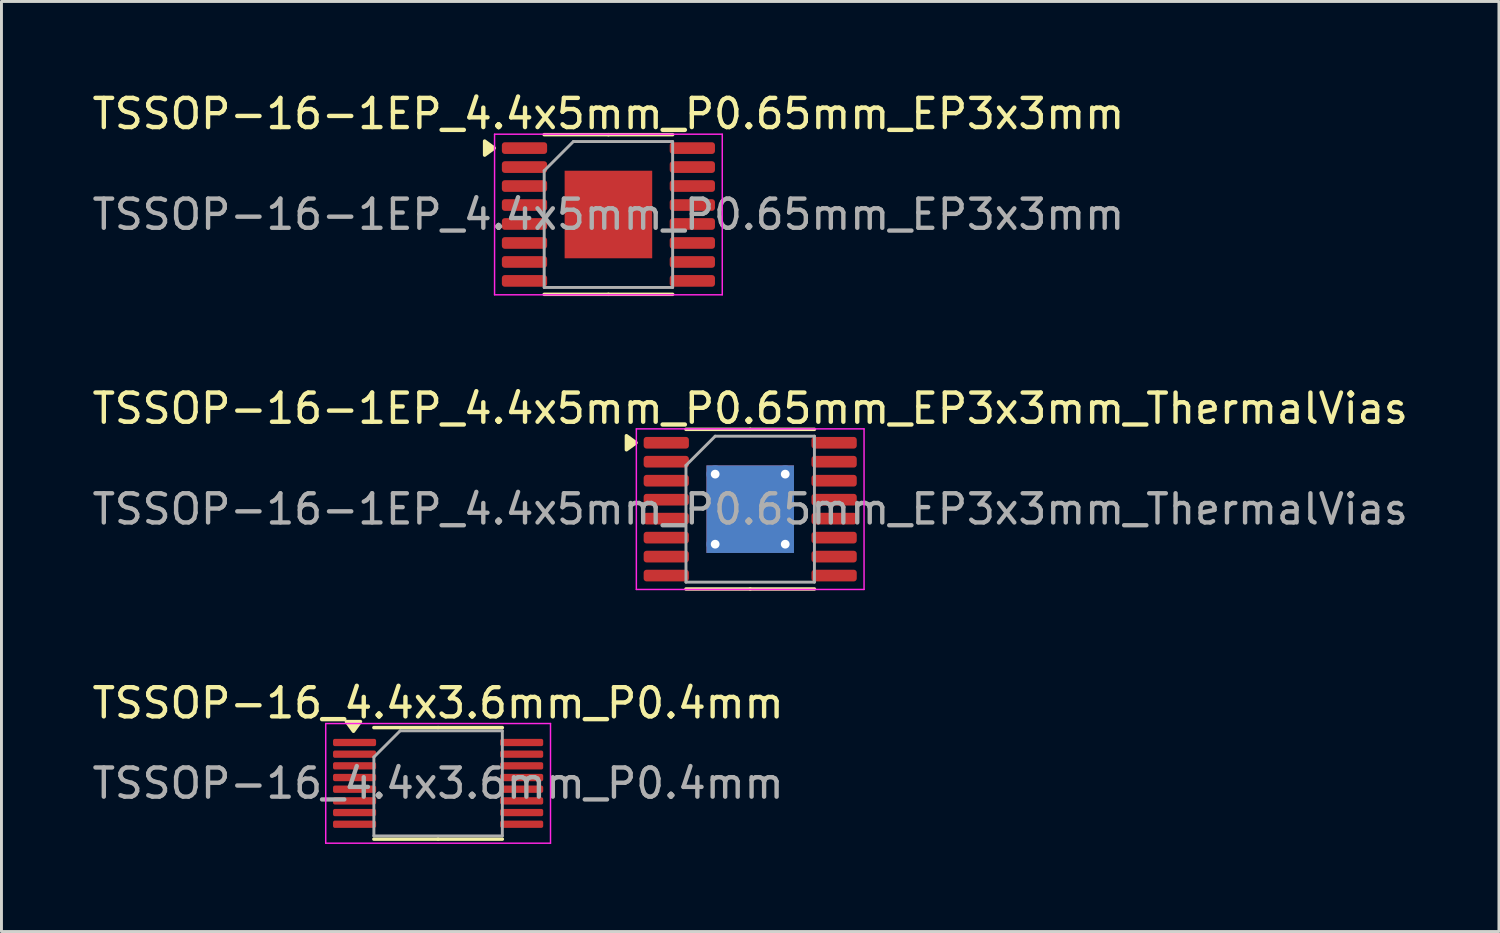
<source format=kicad_pcb>
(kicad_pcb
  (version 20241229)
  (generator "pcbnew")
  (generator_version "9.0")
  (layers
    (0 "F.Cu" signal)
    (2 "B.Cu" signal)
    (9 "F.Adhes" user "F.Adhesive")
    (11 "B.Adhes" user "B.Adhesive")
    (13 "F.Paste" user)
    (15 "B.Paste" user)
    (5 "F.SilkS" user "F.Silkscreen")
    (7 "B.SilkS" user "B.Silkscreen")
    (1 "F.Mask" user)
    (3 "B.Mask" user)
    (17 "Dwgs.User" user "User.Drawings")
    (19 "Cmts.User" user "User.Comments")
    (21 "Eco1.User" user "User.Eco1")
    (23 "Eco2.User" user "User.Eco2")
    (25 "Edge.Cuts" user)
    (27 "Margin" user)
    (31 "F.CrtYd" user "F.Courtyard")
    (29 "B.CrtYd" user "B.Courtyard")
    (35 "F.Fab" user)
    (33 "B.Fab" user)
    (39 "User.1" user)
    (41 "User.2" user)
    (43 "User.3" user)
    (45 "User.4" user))
  (footprint "TSSOP-16-1EP_4.4x5mm_P0.65mm_EP3x3mm_ThermalVias"
    (layer "F.Cu")
    (at 22.649 14.392)
    (property "Reference" "TSSOP-16-1EP_4.4x5mm_P0.65mm_EP3x3mm_ThermalVias" (at 0 -3.45 0) (layer "F.SilkS") (effects (font (size 1 1) (thickness 0.15))))
    (attr smd)
    (fp_line (start 0 -2.735) (end -2.2 -2.735) (stroke (width 0.12) (type solid)) (layer "F.SilkS"))
    (fp_line (start 0 -2.735) (end 2.2 -2.735) (stroke (width 0.12) (type solid)) (layer "F.SilkS"))
    (fp_line (start 0 2.735) (end -2.2 2.735) (stroke (width 0.12) (type solid)) (layer "F.SilkS"))
    (fp_line (start 0 2.735) (end 2.2 2.735) (stroke (width 0.12) (type solid)) (layer "F.SilkS"))
    (fp_poly (pts (xy -3.91 -2.275) (xy -4.24 -2.515) (xy -4.24 -2.035) (xy -3.91 -2.275)) (stroke (width 0.12) (type solid)) (fill yes) (layer "F.SilkS"))
    (fp_line (start -3.9 -2.75) (end -3.9 2.75) (stroke (width 0.05) (type solid)) (layer "F.CrtYd"))
    (fp_line (start -3.9 2.75) (end 3.9 2.75) (stroke (width 0.05) (type solid)) (layer "F.CrtYd"))
    (fp_line (start 3.9 -2.75) (end -3.9 -2.75) (stroke (width 0.05) (type solid)) (layer "F.CrtYd"))
    (fp_line (start 3.9 2.75) (end 3.9 -2.75) (stroke (width 0.05) (type solid)) (layer "F.CrtYd"))
    (fp_line (start -2.2 -1.5) (end -1.2 -2.5) (stroke (width 0.1) (type solid)) (layer "F.Fab"))
    (fp_line (start -2.2 2.5) (end -2.2 -1.5) (stroke (width 0.1) (type solid)) (layer "F.Fab"))
    (fp_line (start -1.2 -2.5) (end 2.2 -2.5) (stroke (width 0.1) (type solid)) (layer "F.Fab"))
    (fp_line (start 2.2 -2.5) (end 2.2 2.5) (stroke (width 0.1) (type solid)) (layer "F.Fab"))
    (fp_line (start 2.2 2.5) (end -2.2 2.5) (stroke (width 0.1) (type solid)) (layer "F.Fab"))
    (fp_text user "${REFERENCE}" (at 0 0 0) (layer "F.Fab") (effects (font (size 1 1) (thickness 0.15))))
    (pad "" smd roundrect (at -0.75 -0.75) (size 1.21 1.21) (layers "F.Paste") (roundrect_rratio 0.207))
    (pad "" smd roundrect (at -0.75 0.75) (size 1.21 1.21) (layers "F.Paste") (roundrect_rratio 0.207))
    (pad "" smd roundrect (at 0.75 -0.75) (size 1.21 1.21) (layers "F.Paste") (roundrect_rratio 0.207))
    (pad "" smd roundrect (at 0.75 0.75) (size 1.21 1.21) (layers "F.Paste") (roundrect_rratio 0.207))
    (pad "1" smd roundrect (at -2.875 -2.275) (size 1.55 0.4) (layers "F.Cu" "F.Mask" "F.Paste") (roundrect_rratio 0.25))
    (pad "2" smd roundrect (at -2.875 -1.625) (size 1.55 0.4) (layers "F.Cu" "F.Mask" "F.Paste") (roundrect_rratio 0.25))
    (pad "3" smd roundrect (at -2.875 -0.975) (size 1.55 0.4) (layers "F.Cu" "F.Mask" "F.Paste") (roundrect_rratio 0.25))
    (pad "4" smd roundrect (at -2.875 -0.325) (size 1.55 0.4) (layers "F.Cu" "F.Mask" "F.Paste") (roundrect_rratio 0.25))
    (pad "5" smd roundrect (at -2.875 0.325) (size 1.55 0.4) (layers "F.Cu" "F.Mask" "F.Paste") (roundrect_rratio 0.25))
    (pad "6" smd roundrect (at -2.875 0.975) (size 1.55 0.4) (layers "F.Cu" "F.Mask" "F.Paste") (roundrect_rratio 0.25))
    (pad "7" smd roundrect (at -2.875 1.625) (size 1.55 0.4) (layers "F.Cu" "F.Mask" "F.Paste") (roundrect_rratio 0.25))
    (pad "8" smd roundrect (at -2.875 2.275) (size 1.55 0.4) (layers "F.Cu" "F.Mask" "F.Paste") (roundrect_rratio 0.25))
    (pad "9" smd roundrect (at 2.875 2.275) (size 1.55 0.4) (layers "F.Cu" "F.Mask" "F.Paste") (roundrect_rratio 0.25))
    (pad "10" smd roundrect (at 2.875 1.625) (size 1.55 0.4) (layers "F.Cu" "F.Mask" "F.Paste") (roundrect_rratio 0.25))
    (pad "11" smd roundrect (at 2.875 0.975) (size 1.55 0.4) (layers "F.Cu" "F.Mask" "F.Paste") (roundrect_rratio 0.25))
    (pad "12" smd roundrect (at 2.875 0.325) (size 1.55 0.4) (layers "F.Cu" "F.Mask" "F.Paste") (roundrect_rratio 0.25))
    (pad "13" smd roundrect (at 2.875 -0.325) (size 1.55 0.4) (layers "F.Cu" "F.Mask" "F.Paste") (roundrect_rratio 0.25))
    (pad "14" smd roundrect (at 2.875 -0.975) (size 1.55 0.4) (layers "F.Cu" "F.Mask" "F.Paste") (roundrect_rratio 0.25))
    (pad "15" smd roundrect (at 2.875 -1.625) (size 1.55 0.4) (layers "F.Cu" "F.Mask" "F.Paste") (roundrect_rratio 0.25))
    (pad "16" smd roundrect (at 2.875 -2.275) (size 1.55 0.4) (layers "F.Cu" "F.Mask" "F.Paste") (roundrect_rratio 0.25))
    (pad "17" thru_hole circle (at -1.2 -1.2) (size 0.6 0.6) (drill 0.3) (property pad_prop_heatsink) (layers "*.Cu"))
    (pad "17" thru_hole circle (at -1.2 1.2) (size 0.6 0.6) (drill 0.3) (property pad_prop_heatsink) (layers "*.Cu"))
    (pad "17" smd rect (at 0 0) (size 3 3) (property pad_prop_heatsink) (layers "F.Cu" "F.Mask"))
    (pad "17" smd rect (at 0 0) (size 3 3) (property pad_prop_heatsink) (layers "B.Cu"))
    (pad "17" thru_hole circle (at 1.2 -1.2) (size 0.6 0.6) (drill 0.3) (property pad_prop_heatsink) (layers "*.Cu"))
    (pad "17" thru_hole circle (at 1.2 1.2) (size 0.6 0.6) (drill 0.3) (property pad_prop_heatsink) (layers "*.Cu")))
  (footprint "TSSOP-16-1EP_4.4x5mm_P0.65mm_EP3x3mm"
    (layer "F.Cu")
    (at 17.792 4.298)
    (property "Reference" "TSSOP-16-1EP_4.4x5mm_P0.65mm_EP3x3mm" (at 0 -3.45 0) (layer "F.SilkS") (effects (font (size 1 1) (thickness 0.15))))
    (attr smd)
    (fp_line (start 0 -2.735) (end -2.2 -2.735) (stroke (width 0.12) (type solid)) (layer "F.SilkS"))
    (fp_line (start 0 -2.735) (end 2.2 -2.735) (stroke (width 0.12) (type solid)) (layer "F.SilkS"))
    (fp_line (start 0 2.735) (end -2.2 2.735) (stroke (width 0.12) (type solid)) (layer "F.SilkS"))
    (fp_line (start 0 2.735) (end 2.2 2.735) (stroke (width 0.12) (type solid)) (layer "F.SilkS"))
    (fp_poly (pts (xy -3.91 -2.275) (xy -4.24 -2.515) (xy -4.24 -2.035) (xy -3.91 -2.275)) (stroke (width 0.12) (type solid)) (fill yes) (layer "F.SilkS"))
    (fp_line (start -3.9 -2.75) (end -3.9 2.75) (stroke (width 0.05) (type solid)) (layer "F.CrtYd"))
    (fp_line (start -3.9 2.75) (end 3.9 2.75) (stroke (width 0.05) (type solid)) (layer "F.CrtYd"))
    (fp_line (start 3.9 -2.75) (end -3.9 -2.75) (stroke (width 0.05) (type solid)) (layer "F.CrtYd"))
    (fp_line (start 3.9 2.75) (end 3.9 -2.75) (stroke (width 0.05) (type solid)) (layer "F.CrtYd"))
    (fp_line (start -2.2 -1.5) (end -1.2 -2.5) (stroke (width 0.1) (type solid)) (layer "F.Fab"))
    (fp_line (start -2.2 2.5) (end -2.2 -1.5) (stroke (width 0.1) (type solid)) (layer "F.Fab"))
    (fp_line (start -1.2 -2.5) (end 2.2 -2.5) (stroke (width 0.1) (type solid)) (layer "F.Fab"))
    (fp_line (start 2.2 -2.5) (end 2.2 2.5) (stroke (width 0.1) (type solid)) (layer "F.Fab"))
    (fp_line (start 2.2 2.5) (end -2.2 2.5) (stroke (width 0.1) (type solid)) (layer "F.Fab"))
    (fp_text user "${REFERENCE}" (at 0 0 0) (layer "F.Fab") (effects (font (size 1 1) (thickness 0.15))))
    (pad "" smd roundrect (at -0.75 -0.75) (size 1.21 1.21) (layers "F.Paste") (roundrect_rratio 0.207))
    (pad "" smd roundrect (at -0.75 0.75) (size 1.21 1.21) (layers "F.Paste") (roundrect_rratio 0.207))
    (pad "" smd roundrect (at 0.75 -0.75) (size 1.21 1.21) (layers "F.Paste") (roundrect_rratio 0.207))
    (pad "" smd roundrect (at 0.75 0.75) (size 1.21 1.21) (layers "F.Paste") (roundrect_rratio 0.207))
    (pad "1" smd roundrect (at -2.875 -2.275) (size 1.55 0.4) (layers "F.Cu" "F.Mask" "F.Paste") (roundrect_rratio 0.25))
    (pad "2" smd roundrect (at -2.875 -1.625) (size 1.55 0.4) (layers "F.Cu" "F.Mask" "F.Paste") (roundrect_rratio 0.25))
    (pad "3" smd roundrect (at -2.875 -0.975) (size 1.55 0.4) (layers "F.Cu" "F.Mask" "F.Paste") (roundrect_rratio 0.25))
    (pad "4" smd roundrect (at -2.875 -0.325) (size 1.55 0.4) (layers "F.Cu" "F.Mask" "F.Paste") (roundrect_rratio 0.25))
    (pad "5" smd roundrect (at -2.875 0.325) (size 1.55 0.4) (layers "F.Cu" "F.Mask" "F.Paste") (roundrect_rratio 0.25))
    (pad "6" smd roundrect (at -2.875 0.975) (size 1.55 0.4) (layers "F.Cu" "F.Mask" "F.Paste") (roundrect_rratio 0.25))
    (pad "7" smd roundrect (at -2.875 1.625) (size 1.55 0.4) (layers "F.Cu" "F.Mask" "F.Paste") (roundrect_rratio 0.25))
    (pad "8" smd roundrect (at -2.875 2.275) (size 1.55 0.4) (layers "F.Cu" "F.Mask" "F.Paste") (roundrect_rratio 0.25))
    (pad "9" smd roundrect (at 2.875 2.275) (size 1.55 0.4) (layers "F.Cu" "F.Mask" "F.Paste") (roundrect_rratio 0.25))
    (pad "10" smd roundrect (at 2.875 1.625) (size 1.55 0.4) (layers "F.Cu" "F.Mask" "F.Paste") (roundrect_rratio 0.25))
    (pad "11" smd roundrect (at 2.875 0.975) (size 1.55 0.4) (layers "F.Cu" "F.Mask" "F.Paste") (roundrect_rratio 0.25))
    (pad "12" smd roundrect (at 2.875 0.325) (size 1.55 0.4) (layers "F.Cu" "F.Mask" "F.Paste") (roundrect_rratio 0.25))
    (pad "13" smd roundrect (at 2.875 -0.325) (size 1.55 0.4) (layers "F.Cu" "F.Mask" "F.Paste") (roundrect_rratio 0.25))
    (pad "14" smd roundrect (at 2.875 -0.975) (size 1.55 0.4) (layers "F.Cu" "F.Mask" "F.Paste") (roundrect_rratio 0.25))
    (pad "15" smd roundrect (at 2.875 -1.625) (size 1.55 0.4) (layers "F.Cu" "F.Mask" "F.Paste") (roundrect_rratio 0.25))
    (pad "16" smd roundrect (at 2.875 -2.275) (size 1.55 0.4) (layers "F.Cu" "F.Mask" "F.Paste") (roundrect_rratio 0.25))
    (pad "17" smd rect (at 0 0) (size 3 3) (property pad_prop_heatsink) (layers "F.Cu" "F.Mask")))
  (footprint "TSSOP-16_4.4x3.6mm_P0.4mm"
    (layer "F.Cu")
    (at 11.958 23.785)
    (property "Reference" "TSSOP-16_4.4x3.6mm_P0.4mm" (at 0 -2.75 0) (layer "F.SilkS") (effects (font (size 1 1) (thickness 0.15))))
    (attr smd)
    (fp_line (start 0 -1.91) (end -2.2 -1.91) (stroke (width 0.12) (type solid)) (layer "F.SilkS"))
    (fp_line (start 0 -1.91) (end 2.2 -1.91) (stroke (width 0.12) (type solid)) (layer "F.SilkS"))
    (fp_line (start 0 1.91) (end -2.2 1.91) (stroke (width 0.12) (type solid)) (layer "F.SilkS"))
    (fp_line (start 0 1.91) (end 2.2 1.91) (stroke (width 0.12) (type solid)) (layer "F.SilkS"))
    (fp_poly (pts (xy -2.9 -1.785) (xy -3.14 -2.115) (xy -2.66 -2.115) (xy -2.9 -1.785)) (stroke (width 0.12) (type solid)) (fill yes) (layer "F.SilkS"))
    (fp_line (start -3.85 -2.05) (end -3.85 2.05) (stroke (width 0.05) (type solid)) (layer "F.CrtYd"))
    (fp_line (start -3.85 2.05) (end 3.85 2.05) (stroke (width 0.05) (type solid)) (layer "F.CrtYd"))
    (fp_line (start 3.85 -2.05) (end -3.85 -2.05) (stroke (width 0.05) (type solid)) (layer "F.CrtYd"))
    (fp_line (start 3.85 2.05) (end 3.85 -2.05) (stroke (width 0.05) (type solid)) (layer "F.CrtYd"))
    (fp_line (start -2.2 -0.9) (end -1.3 -1.8) (stroke (width 0.1) (type solid)) (layer "F.Fab"))
    (fp_line (start -2.2 1.8) (end -2.2 -0.9) (stroke (width 0.1) (type solid)) (layer "F.Fab"))
    (fp_line (start -1.3 -1.8) (end 2.2 -1.8) (stroke (width 0.1) (type solid)) (layer "F.Fab"))
    (fp_line (start 2.2 -1.8) (end 2.2 1.8) (stroke (width 0.1) (type solid)) (layer "F.Fab"))
    (fp_line (start 2.2 1.8) (end -2.2 1.8) (stroke (width 0.1) (type solid)) (layer "F.Fab"))
    (fp_text user "${REFERENCE}" (at 0 0 0) (layer "F.Fab") (effects (font (size 1 1) (thickness 0.15))))
    (pad "1" smd roundrect (at -2.862 -1.4) (size 1.475 0.25) (layers "F.Cu" "F.Mask" "F.Paste") (roundrect_rratio 0.25))
    (pad "2" smd roundrect (at -2.862 -1) (size 1.475 0.25) (layers "F.Cu" "F.Mask" "F.Paste") (roundrect_rratio 0.25))
    (pad "3" smd roundrect (at -2.862 -0.6) (size 1.475 0.25) (layers "F.Cu" "F.Mask" "F.Paste") (roundrect_rratio 0.25))
    (pad "4" smd roundrect (at -2.862 -0.2) (size 1.475 0.25) (layers "F.Cu" "F.Mask" "F.Paste") (roundrect_rratio 0.25))
    (pad "5" smd roundrect (at -2.862 0.2) (size 1.475 0.25) (layers "F.Cu" "F.Mask" "F.Paste") (roundrect_rratio 0.25))
    (pad "6" smd roundrect (at -2.862 0.6) (size 1.475 0.25) (layers "F.Cu" "F.Mask" "F.Paste") (roundrect_rratio 0.25))
    (pad "7" smd roundrect (at -2.862 1) (size 1.475 0.25) (layers "F.Cu" "F.Mask" "F.Paste") (roundrect_rratio 0.25))
    (pad "8" smd roundrect (at -2.862 1.4) (size 1.475 0.25) (layers "F.Cu" "F.Mask" "F.Paste") (roundrect_rratio 0.25))
    (pad "9" smd roundrect (at 2.862 1.4) (size 1.475 0.25) (layers "F.Cu" "F.Mask" "F.Paste") (roundrect_rratio 0.25))
    (pad "10" smd roundrect (at 2.862 1) (size 1.475 0.25) (layers "F.Cu" "F.Mask" "F.Paste") (roundrect_rratio 0.25))
    (pad "11" smd roundrect (at 2.862 0.6) (size 1.475 0.25) (layers "F.Cu" "F.Mask" "F.Paste") (roundrect_rratio 0.25))
    (pad "12" smd roundrect (at 2.862 0.2) (size 1.475 0.25) (layers "F.Cu" "F.Mask" "F.Paste") (roundrect_rratio 0.25))
    (pad "13" smd roundrect (at 2.862 -0.2) (size 1.475 0.25) (layers "F.Cu" "F.Mask" "F.Paste") (roundrect_rratio 0.25))
    (pad "14" smd roundrect (at 2.862 -0.6) (size 1.475 0.25) (layers "F.Cu" "F.Mask" "F.Paste") (roundrect_rratio 0.25))
    (pad "15" smd roundrect (at 2.862 -1) (size 1.475 0.25) (layers "F.Cu" "F.Mask" "F.Paste") (roundrect_rratio 0.25))
    (pad "16" smd roundrect (at 2.862 -1.4) (size 1.475 0.25) (layers "F.Cu" "F.Mask" "F.Paste") (roundrect_rratio 0.25)))
  (gr_rect
    (start -3 -3)
    (end 48.298 28.86)
    (stroke (width 0.1) (type default))
    (fill no)
    (layer "Edge.Cuts")))
</source>
